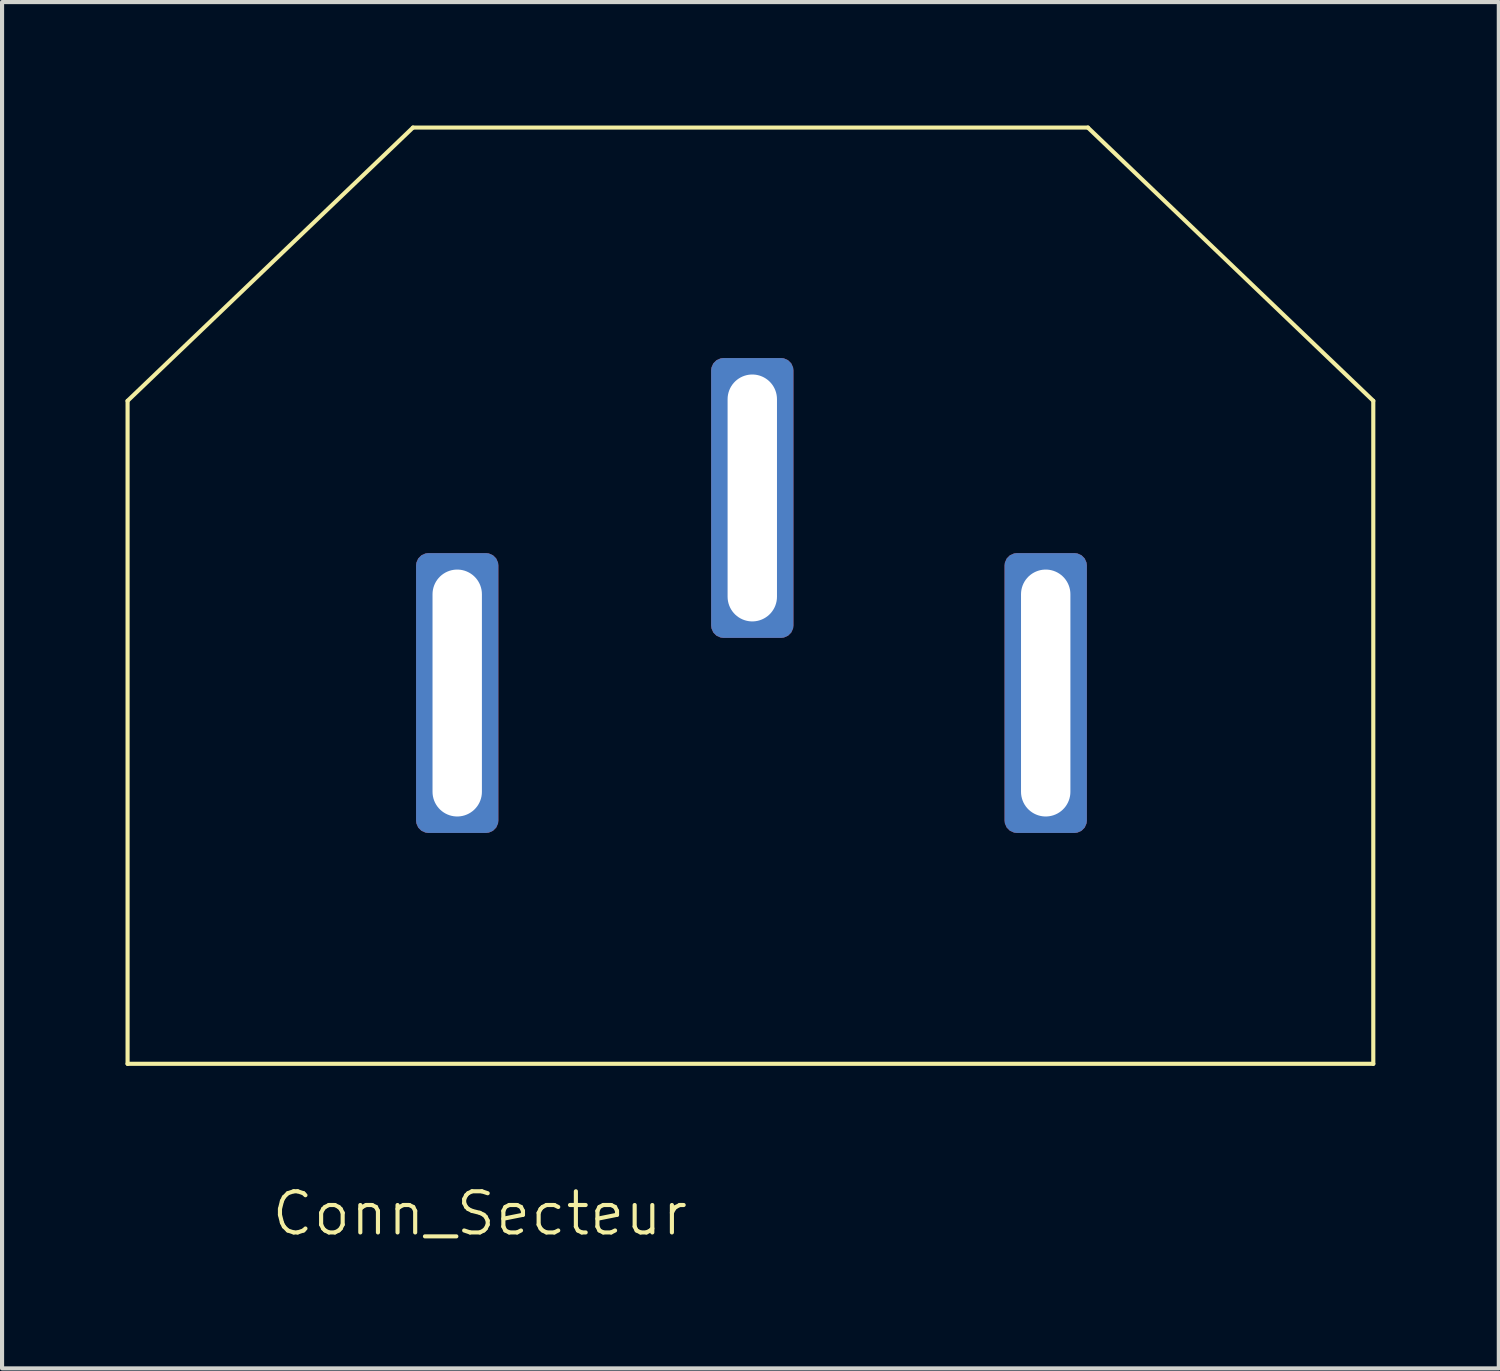
<source format=kicad_pcb>
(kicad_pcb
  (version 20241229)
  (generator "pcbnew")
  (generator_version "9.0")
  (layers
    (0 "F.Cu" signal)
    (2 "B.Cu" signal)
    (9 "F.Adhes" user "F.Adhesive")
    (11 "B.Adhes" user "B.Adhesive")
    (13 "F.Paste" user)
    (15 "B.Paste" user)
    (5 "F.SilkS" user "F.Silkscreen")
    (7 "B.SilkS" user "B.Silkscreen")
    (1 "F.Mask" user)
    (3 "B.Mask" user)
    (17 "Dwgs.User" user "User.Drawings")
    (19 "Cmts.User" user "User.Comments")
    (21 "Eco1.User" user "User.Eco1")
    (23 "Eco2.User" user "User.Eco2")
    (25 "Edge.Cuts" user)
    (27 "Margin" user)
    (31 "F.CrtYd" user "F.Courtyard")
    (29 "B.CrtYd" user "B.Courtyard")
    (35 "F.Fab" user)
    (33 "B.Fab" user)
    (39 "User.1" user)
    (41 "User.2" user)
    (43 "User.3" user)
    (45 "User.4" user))
  (footprint "Conn_Secteur"
    (layer "F.Cu")
    (at 8.06 13.79)
    (property "Reference" "Conn_Secteur" (at 0.55 12.65 0) (unlocked yes) (layer "F.SilkS") (effects (font (size 1 1) (thickness 0.1))))
    (attr smd)
    (fp_line (start -8.01 -7.1) (end -8.01 9.01) (stroke (width 0.1) (type default)) (layer "F.SilkS"))
    (fp_line (start -8.01 9.01) (end 22.26 9.01) (stroke (width 0.1) (type default)) (layer "F.SilkS"))
    (fp_line (start -1.075 -13.74) (end -8.01 -7.1) (stroke (width 0.1) (type default)) (layer "F.SilkS"))
    (fp_line (start 15.325 -13.74) (end -1.075 -13.74) (stroke (width 0.1) (type default)) (layer "F.SilkS"))
    (fp_line (start 22.26 -7.1) (end 15.325 -13.74) (stroke (width 0.1) (type default)) (layer "F.SilkS"))
    (fp_line (start 22.26 9.01) (end 22.26 -7.1) (stroke (width 0.1) (type default)) (layer "F.SilkS"))
    (pad "1" thru_hole roundrect (at 0 0 90) (size 6.8 2) (drill oval 6 1.2) (layers "*.Cu" "*.Mask") (roundrect_rratio 0.15))
    (pad "2" thru_hole roundrect (at 14.3 0 90) (size 6.8 2) (drill oval 6 1.2) (layers "*.Cu" "*.Mask") (roundrect_rratio 0.15))
    (pad "3" thru_hole roundrect (at 7.17 -4.74 90) (size 6.8 2) (drill oval 6 1.2) (layers "*.Cu" "*.Mask") (roundrect_rratio 0.15)))
  (gr_rect
    (start -3 -3)
    (end 33.37 30.201)
    (stroke (width 0.1) (type default))
    (fill no)
    (layer "Edge.Cuts")))
</source>
